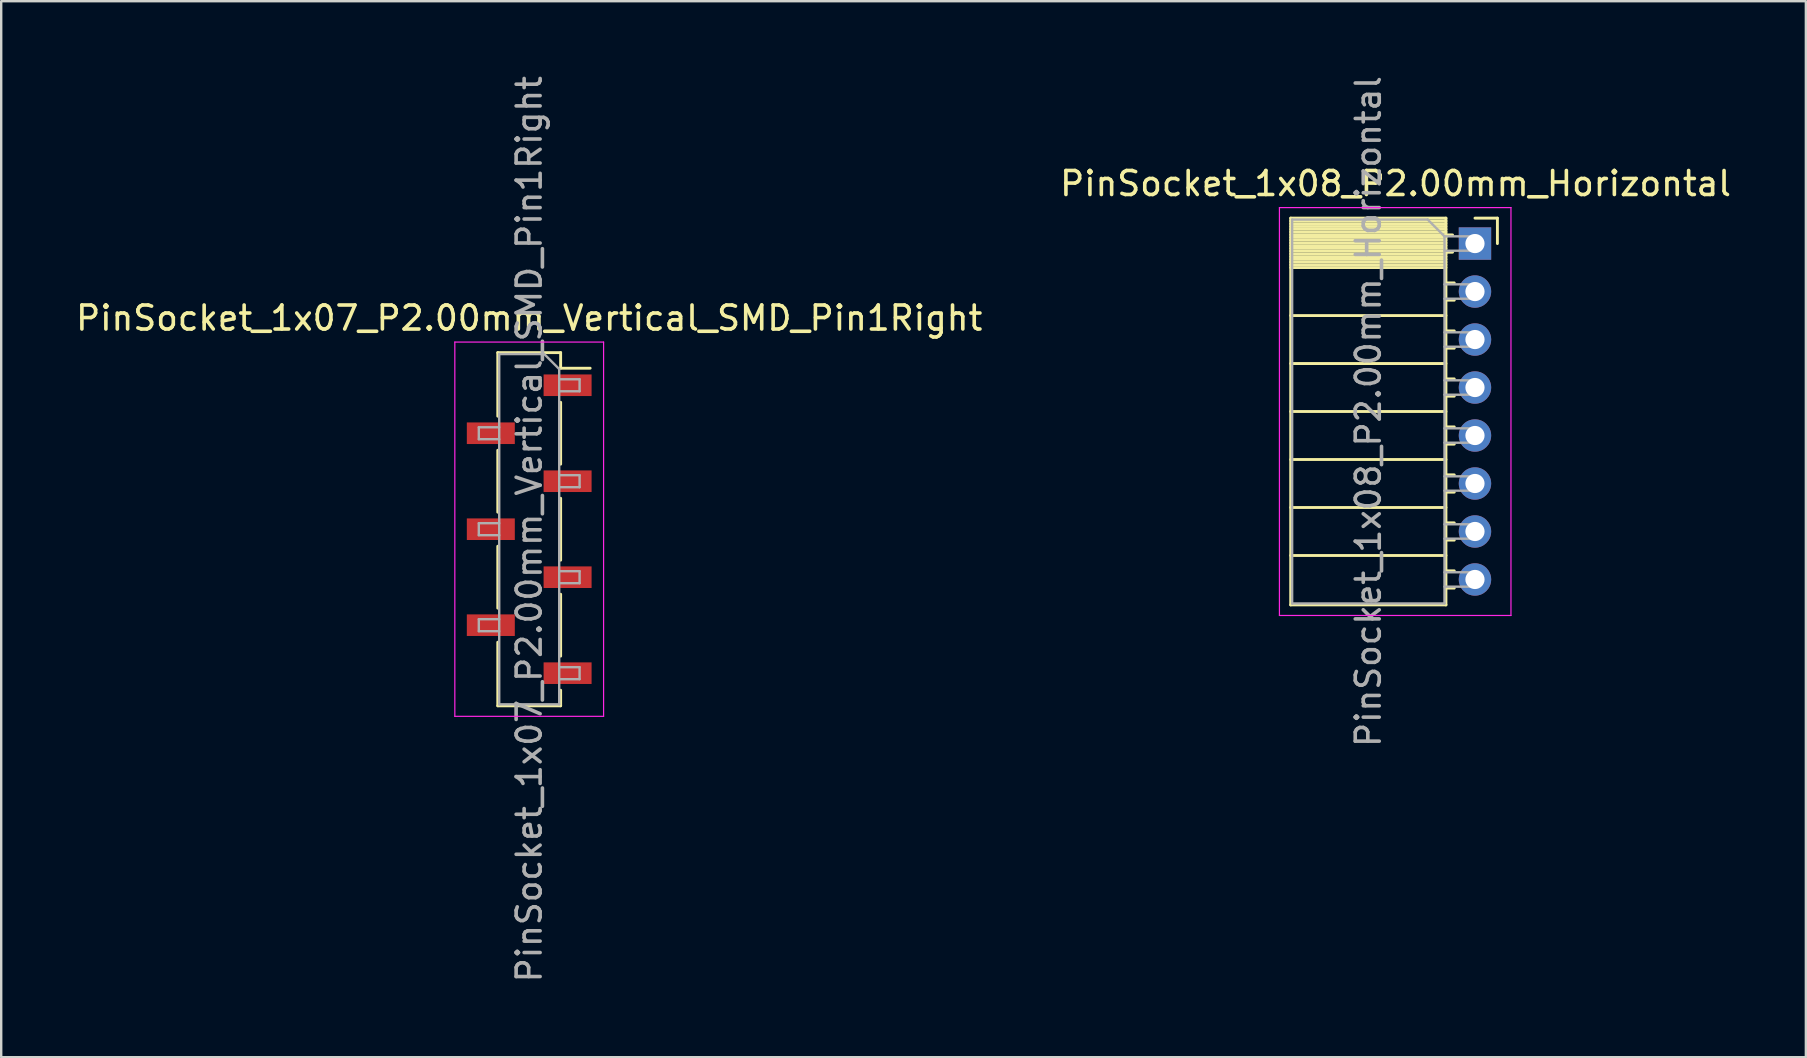
<source format=kicad_pcb>
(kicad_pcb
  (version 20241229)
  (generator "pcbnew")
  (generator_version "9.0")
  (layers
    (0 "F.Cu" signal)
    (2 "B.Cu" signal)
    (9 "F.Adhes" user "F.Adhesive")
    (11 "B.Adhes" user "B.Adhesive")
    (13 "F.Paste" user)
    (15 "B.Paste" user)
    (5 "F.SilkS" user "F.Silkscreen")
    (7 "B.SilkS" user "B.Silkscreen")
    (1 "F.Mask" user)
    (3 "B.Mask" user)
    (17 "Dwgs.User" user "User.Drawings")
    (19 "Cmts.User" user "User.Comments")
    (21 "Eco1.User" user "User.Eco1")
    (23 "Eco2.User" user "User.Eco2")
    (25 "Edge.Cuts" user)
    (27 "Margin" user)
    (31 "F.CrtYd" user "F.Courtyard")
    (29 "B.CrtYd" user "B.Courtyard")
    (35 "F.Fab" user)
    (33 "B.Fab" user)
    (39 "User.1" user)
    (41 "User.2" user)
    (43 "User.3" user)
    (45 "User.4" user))
  (footprint "PinSocket_1x08_P2.00mm_Horizontal"
    (layer "F.Cu")
    (at 58.423 7.101)
    (property "Reference" "PinSocket_1x08_P2.00mm_Horizontal" (at -3.31 -2.5 0) (layer "F.SilkS") (effects (font (size 1 1) (thickness 0.15))))
    (attr through_hole)
    (fp_line (start -7.68 -1.06) (end -7.68 15.06) (stroke (width 0.12) (type solid)) (layer "F.SilkS"))
    (fp_line (start -7.68 -1.06) (end -1.21 -1.06) (stroke (width 0.12) (type solid)) (layer "F.SilkS"))
    (fp_line (start -7.68 -0.94) (end -1.21 -0.94) (stroke (width 0.12) (type solid)) (layer "F.SilkS"))
    (fp_line (start -7.68 -0.826) (end -1.21 -0.826) (stroke (width 0.12) (type solid)) (layer "F.SilkS"))
    (fp_line (start -7.68 -0.712) (end -1.21 -0.712) (stroke (width 0.12) (type solid)) (layer "F.SilkS"))
    (fp_line (start -7.68 -0.598) (end -1.21 -0.598) (stroke (width 0.12) (type solid)) (layer "F.SilkS"))
    (fp_line (start -7.68 -0.484) (end -1.21 -0.484) (stroke (width 0.12) (type solid)) (layer "F.SilkS"))
    (fp_line (start -7.68 -0.369) (end -1.21 -0.369) (stroke (width 0.12) (type solid)) (layer "F.SilkS"))
    (fp_line (start -7.68 -0.255) (end -1.21 -0.255) (stroke (width 0.12) (type solid)) (layer "F.SilkS"))
    (fp_line (start -7.68 -0.141) (end -1.21 -0.141) (stroke (width 0.12) (type solid)) (layer "F.SilkS"))
    (fp_line (start -7.68 -0.027) (end -1.21 -0.027) (stroke (width 0.12) (type solid)) (layer "F.SilkS"))
    (fp_line (start -7.68 0.087) (end -1.21 0.087) (stroke (width 0.12) (type solid)) (layer "F.SilkS"))
    (fp_line (start -7.68 0.201) (end -1.21 0.201) (stroke (width 0.12) (type solid)) (layer "F.SilkS"))
    (fp_line (start -7.68 0.315) (end -1.21 0.315) (stroke (width 0.12) (type solid)) (layer "F.SilkS"))
    (fp_line (start -7.68 0.429) (end -1.21 0.429) (stroke (width 0.12) (type solid)) (layer "F.SilkS"))
    (fp_line (start -7.68 0.544) (end -1.21 0.544) (stroke (width 0.12) (type solid)) (layer "F.SilkS"))
    (fp_line (start -7.68 0.658) (end -1.21 0.658) (stroke (width 0.12) (type solid)) (layer "F.SilkS"))
    (fp_line (start -7.68 0.772) (end -1.21 0.772) (stroke (width 0.12) (type solid)) (layer "F.SilkS"))
    (fp_line (start -7.68 0.886) (end -1.21 0.886) (stroke (width 0.12) (type solid)) (layer "F.SilkS"))
    (fp_line (start -7.68 1) (end -1.21 1) (stroke (width 0.12) (type solid)) (layer "F.SilkS"))
    (fp_line (start -7.68 3) (end -1.21 3) (stroke (width 0.12) (type solid)) (layer "F.SilkS"))
    (fp_line (start -7.68 5) (end -1.21 5) (stroke (width 0.12) (type solid)) (layer "F.SilkS"))
    (fp_line (start -7.68 7) (end -1.21 7) (stroke (width 0.12) (type solid)) (layer "F.SilkS"))
    (fp_line (start -7.68 9) (end -1.21 9) (stroke (width 0.12) (type solid)) (layer "F.SilkS"))
    (fp_line (start -7.68 11) (end -1.21 11) (stroke (width 0.12) (type solid)) (layer "F.SilkS"))
    (fp_line (start -7.68 13) (end -1.21 13) (stroke (width 0.12) (type solid)) (layer "F.SilkS"))
    (fp_line (start -7.68 15.06) (end -1.21 15.06) (stroke (width 0.12) (type solid)) (layer "F.SilkS"))
    (fp_line (start -1.21 -1.06) (end -1.21 15.06) (stroke (width 0.12) (type solid)) (layer "F.SilkS"))
    (fp_line (start -1.21 -0.36) (end -0.935 -0.36) (stroke (width 0.12) (type solid)) (layer "F.SilkS"))
    (fp_line (start -1.21 0.36) (end -0.935 0.36) (stroke (width 0.12) (type solid)) (layer "F.SilkS"))
    (fp_line (start -1.21 1.64) (end -0.863 1.64) (stroke (width 0.12) (type solid)) (layer "F.SilkS"))
    (fp_line (start -1.21 2.36) (end -0.863 2.36) (stroke (width 0.12) (type solid)) (layer "F.SilkS"))
    (fp_line (start -1.21 3.64) (end -0.863 3.64) (stroke (width 0.12) (type solid)) (layer "F.SilkS"))
    (fp_line (start -1.21 4.36) (end -0.863 4.36) (stroke (width 0.12) (type solid)) (layer "F.SilkS"))
    (fp_line (start -1.21 5.64) (end -0.863 5.64) (stroke (width 0.12) (type solid)) (layer "F.SilkS"))
    (fp_line (start -1.21 6.36) (end -0.863 6.36) (stroke (width 0.12) (type solid)) (layer "F.SilkS"))
    (fp_line (start -1.21 7.64) (end -0.863 7.64) (stroke (width 0.12) (type solid)) (layer "F.SilkS"))
    (fp_line (start -1.21 8.36) (end -0.863 8.36) (stroke (width 0.12) (type solid)) (layer "F.SilkS"))
    (fp_line (start -1.21 9.64) (end -0.863 9.64) (stroke (width 0.12) (type solid)) (layer "F.SilkS"))
    (fp_line (start -1.21 10.36) (end -0.863 10.36) (stroke (width 0.12) (type solid)) (layer "F.SilkS"))
    (fp_line (start -1.21 11.64) (end -0.863 11.64) (stroke (width 0.12) (type solid)) (layer "F.SilkS"))
    (fp_line (start -1.21 12.36) (end -0.863 12.36) (stroke (width 0.12) (type solid)) (layer "F.SilkS"))
    (fp_line (start -1.21 13.64) (end -0.863 13.64) (stroke (width 0.12) (type solid)) (layer "F.SilkS"))
    (fp_line (start -1.21 14.36) (end -0.863 14.36) (stroke (width 0.12) (type solid)) (layer "F.SilkS"))
    (fp_line (start 0 -1.06) (end 0.935 -1.06) (stroke (width 0.12) (type solid)) (layer "F.SilkS"))
    (fp_line (start 0.935 -1.06) (end 0.935 0) (stroke (width 0.12) (type solid)) (layer "F.SilkS"))
    (fp_line (start -8.15 -1.5) (end -8.15 15.5) (stroke (width 0.05) (type solid)) (layer "F.CrtYd"))
    (fp_line (start -8.15 15.5) (end 1.5 15.5) (stroke (width 0.05) (type solid)) (layer "F.CrtYd"))
    (fp_line (start 1.5 -1.5) (end -8.15 -1.5) (stroke (width 0.05) (type solid)) (layer "F.CrtYd"))
    (fp_line (start 1.5 15.5) (end 1.5 -1.5) (stroke (width 0.05) (type solid)) (layer "F.CrtYd"))
    (fp_line (start -7.62 -1) (end -1.97 -1) (stroke (width 0.1) (type solid)) (layer "F.Fab"))
    (fp_line (start -7.62 15) (end -7.62 -1) (stroke (width 0.1) (type solid)) (layer "F.Fab"))
    (fp_line (start -1.97 -1) (end -1.27 -0.3) (stroke (width 0.1) (type solid)) (layer "F.Fab"))
    (fp_line (start -1.27 -0.3) (end -1.27 15) (stroke (width 0.1) (type solid)) (layer "F.Fab"))
    (fp_line (start -1.27 0.3) (end 0 0.3) (stroke (width 0.1) (type solid)) (layer "F.Fab"))
    (fp_line (start -1.27 2.3) (end 0 2.3) (stroke (width 0.1) (type solid)) (layer "F.Fab"))
    (fp_line (start -1.27 4.3) (end 0 4.3) (stroke (width 0.1) (type solid)) (layer "F.Fab"))
    (fp_line (start -1.27 6.3) (end 0 6.3) (stroke (width 0.1) (type solid)) (layer "F.Fab"))
    (fp_line (start -1.27 8.3) (end 0 8.3) (stroke (width 0.1) (type solid)) (layer "F.Fab"))
    (fp_line (start -1.27 10.3) (end 0 10.3) (stroke (width 0.1) (type solid)) (layer "F.Fab"))
    (fp_line (start -1.27 12.3) (end 0 12.3) (stroke (width 0.1) (type solid)) (layer "F.Fab"))
    (fp_line (start -1.27 14.3) (end 0 14.3) (stroke (width 0.1) (type solid)) (layer "F.Fab"))
    (fp_line (start -1.27 15) (end -7.62 15) (stroke (width 0.1) (type solid)) (layer "F.Fab"))
    (fp_line (start 0 -0.3) (end -1.27 -0.3) (stroke (width 0.1) (type solid)) (layer "F.Fab"))
    (fp_line (start 0 0.3) (end 0 -0.3) (stroke (width 0.1) (type solid)) (layer "F.Fab"))
    (fp_line (start 0 1.7) (end -1.27 1.7) (stroke (width 0.1) (type solid)) (layer "F.Fab"))
    (fp_line (start 0 2.3) (end 0 1.7) (stroke (width 0.1) (type solid)) (layer "F.Fab"))
    (fp_line (start 0 3.7) (end -1.27 3.7) (stroke (width 0.1) (type solid)) (layer "F.Fab"))
    (fp_line (start 0 4.3) (end 0 3.7) (stroke (width 0.1) (type solid)) (layer "F.Fab"))
    (fp_line (start 0 5.7) (end -1.27 5.7) (stroke (width 0.1) (type solid)) (layer "F.Fab"))
    (fp_line (start 0 6.3) (end 0 5.7) (stroke (width 0.1) (type solid)) (layer "F.Fab"))
    (fp_line (start 0 7.7) (end -1.27 7.7) (stroke (width 0.1) (type solid)) (layer "F.Fab"))
    (fp_line (start 0 8.3) (end 0 7.7) (stroke (width 0.1) (type solid)) (layer "F.Fab"))
    (fp_line (start 0 9.7) (end -1.27 9.7) (stroke (width 0.1) (type solid)) (layer "F.Fab"))
    (fp_line (start 0 10.3) (end 0 9.7) (stroke (width 0.1) (type solid)) (layer "F.Fab"))
    (fp_line (start 0 11.7) (end -1.27 11.7) (stroke (width 0.1) (type solid)) (layer "F.Fab"))
    (fp_line (start 0 12.3) (end 0 11.7) (stroke (width 0.1) (type solid)) (layer "F.Fab"))
    (fp_line (start 0 13.7) (end -1.27 13.7) (stroke (width 0.1) (type solid)) (layer "F.Fab"))
    (fp_line (start 0 14.3) (end 0 13.7) (stroke (width 0.1) (type solid)) (layer "F.Fab"))
    (fp_text user "${REFERENCE}" (at -4.445 7 90) (layer "F.Fab") (effects (font (size 1 1) (thickness 0.15))))
    (pad "1" thru_hole rect (at 0 0) (size 1.35 1.35) (drill 0.8) (layers "*.Cu" "*.Mask"))
    (pad "2" thru_hole circle (at 0 2) (size 1.35 1.35) (drill 0.8) (layers "*.Cu" "*.Mask"))
    (pad "3" thru_hole circle (at 0 4) (size 1.35 1.35) (drill 0.8) (layers "*.Cu" "*.Mask"))
    (pad "4" thru_hole circle (at 0 6) (size 1.35 1.35) (drill 0.8) (layers "*.Cu" "*.Mask"))
    (pad "5" thru_hole circle (at 0 8) (size 1.35 1.35) (drill 0.8) (layers "*.Cu" "*.Mask"))
    (pad "6" thru_hole circle (at 0 10) (size 1.35 1.35) (drill 0.8) (layers "*.Cu" "*.Mask"))
    (pad "7" thru_hole circle (at 0 12) (size 1.35 1.35) (drill 0.8) (layers "*.Cu" "*.Mask"))
    (pad "8" thru_hole circle (at 0 14) (size 1.35 1.35) (drill 0.8) (layers "*.Cu" "*.Mask")))
  (footprint "PinSocket_1x07_P2.00mm_Vertical_SMD_Pin1Right"
    (layer "F.Cu")
    (at 19.006 19.006)
    (property "Reference" "PinSocket_1x07_P2.00mm_Vertical_SMD_Pin1Right" (at 0 -8.8 0) (layer "F.SilkS") (effects (font (size 1 1) (thickness 0.15))))
    (attr smd)
    (fp_line (start -1.31 -7.36) (end -1.31 -4.71) (stroke (width 0.12) (type solid)) (layer "F.SilkS"))
    (fp_line (start -1.31 -7.36) (end 1.31 -7.36) (stroke (width 0.12) (type solid)) (layer "F.SilkS"))
    (fp_line (start -1.31 -3.29) (end -1.31 -0.71) (stroke (width 0.12) (type solid)) (layer "F.SilkS"))
    (fp_line (start -1.31 0.71) (end -1.31 3.29) (stroke (width 0.12) (type solid)) (layer "F.SilkS"))
    (fp_line (start -1.31 4.71) (end -1.31 7.36) (stroke (width 0.12) (type solid)) (layer "F.SilkS"))
    (fp_line (start -1.31 7.36) (end 1.31 7.36) (stroke (width 0.12) (type solid)) (layer "F.SilkS"))
    (fp_line (start 1.31 -7.36) (end 1.31 -6.71) (stroke (width 0.12) (type solid)) (layer "F.SilkS"))
    (fp_line (start 1.31 -6.71) (end 2.54 -6.71) (stroke (width 0.12) (type solid)) (layer "F.SilkS"))
    (fp_line (start 1.31 -5.29) (end 1.31 -2.71) (stroke (width 0.12) (type solid)) (layer "F.SilkS"))
    (fp_line (start 1.31 -1.29) (end 1.31 1.29) (stroke (width 0.12) (type solid)) (layer "F.SilkS"))
    (fp_line (start 1.31 2.71) (end 1.31 5.29) (stroke (width 0.12) (type solid)) (layer "F.SilkS"))
    (fp_line (start 1.31 6.71) (end 1.31 7.36) (stroke (width 0.12) (type solid)) (layer "F.SilkS"))
    (fp_line (start -3.1 -7.8) (end 3.1 -7.8) (stroke (width 0.05) (type solid)) (layer "F.CrtYd"))
    (fp_line (start -3.1 7.8) (end -3.1 -7.8) (stroke (width 0.05) (type solid)) (layer "F.CrtYd"))
    (fp_line (start 3.1 -7.8) (end 3.1 7.8) (stroke (width 0.05) (type solid)) (layer "F.CrtYd"))
    (fp_line (start 3.1 7.8) (end -3.1 7.8) (stroke (width 0.05) (type solid)) (layer "F.CrtYd"))
    (fp_line (start -2.1 -4.25) (end -1.25 -4.25) (stroke (width 0.1) (type solid)) (layer "F.Fab"))
    (fp_line (start -2.1 -3.75) (end -2.1 -4.25) (stroke (width 0.1) (type solid)) (layer "F.Fab"))
    (fp_line (start -2.1 -0.25) (end -1.25 -0.25) (stroke (width 0.1) (type solid)) (layer "F.Fab"))
    (fp_line (start -2.1 0.25) (end -2.1 -0.25) (stroke (width 0.1) (type solid)) (layer "F.Fab"))
    (fp_line (start -2.1 3.75) (end -1.25 3.75) (stroke (width 0.1) (type solid)) (layer "F.Fab"))
    (fp_line (start -2.1 4.25) (end -2.1 3.75) (stroke (width 0.1) (type solid)) (layer "F.Fab"))
    (fp_line (start -1.25 -7.3) (end 0.625 -7.3) (stroke (width 0.1) (type solid)) (layer "F.Fab"))
    (fp_line (start -1.25 -3.75) (end -2.1 -3.75) (stroke (width 0.1) (type solid)) (layer "F.Fab"))
    (fp_line (start -1.25 0.25) (end -2.1 0.25) (stroke (width 0.1) (type solid)) (layer "F.Fab"))
    (fp_line (start -1.25 4.25) (end -2.1 4.25) (stroke (width 0.1) (type solid)) (layer "F.Fab"))
    (fp_line (start -1.25 7.3) (end -1.25 -7.3) (stroke (width 0.1) (type solid)) (layer "F.Fab"))
    (fp_line (start 0.625 -7.3) (end 1.25 -6.675) (stroke (width 0.1) (type solid)) (layer "F.Fab"))
    (fp_line (start 1.25 -6.675) (end 1.25 7.3) (stroke (width 0.1) (type solid)) (layer "F.Fab"))
    (fp_line (start 1.25 -6.25) (end 2.1 -6.25) (stroke (width 0.1) (type solid)) (layer "F.Fab"))
    (fp_line (start 1.25 -2.25) (end 2.1 -2.25) (stroke (width 0.1) (type solid)) (layer "F.Fab"))
    (fp_line (start 1.25 1.75) (end 2.1 1.75) (stroke (width 0.1) (type solid)) (layer "F.Fab"))
    (fp_line (start 1.25 5.75) (end 2.1 5.75) (stroke (width 0.1) (type solid)) (layer "F.Fab"))
    (fp_line (start 1.25 7.3) (end -1.25 7.3) (stroke (width 0.1) (type solid)) (layer "F.Fab"))
    (fp_line (start 2.1 -6.25) (end 2.1 -5.75) (stroke (width 0.1) (type solid)) (layer "F.Fab"))
    (fp_line (start 2.1 -5.75) (end 1.25 -5.75) (stroke (width 0.1) (type solid)) (layer "F.Fab"))
    (fp_line (start 2.1 -2.25) (end 2.1 -1.75) (stroke (width 0.1) (type solid)) (layer "F.Fab"))
    (fp_line (start 2.1 -1.75) (end 1.25 -1.75) (stroke (width 0.1) (type solid)) (layer "F.Fab"))
    (fp_line (start 2.1 1.75) (end 2.1 2.25) (stroke (width 0.1) (type solid)) (layer "F.Fab"))
    (fp_line (start 2.1 2.25) (end 1.25 2.25) (stroke (width 0.1) (type solid)) (layer "F.Fab"))
    (fp_line (start 2.1 5.75) (end 2.1 6.25) (stroke (width 0.1) (type solid)) (layer "F.Fab"))
    (fp_line (start 2.1 6.25) (end 1.25 6.25) (stroke (width 0.1) (type solid)) (layer "F.Fab"))
    (fp_text user "${REFERENCE}" (at 0 0 90) (layer "F.Fab") (effects (font (size 1 1) (thickness 0.15))))
    (pad "1" smd rect (at 1.6 -6) (size 2 0.9) (layers "F.Cu" "F.Mask" "F.Paste"))
    (pad "2" smd rect (at -1.6 -4) (size 2 0.9) (layers "F.Cu" "F.Mask" "F.Paste"))
    (pad "3" smd rect (at 1.6 -2) (size 2 0.9) (layers "F.Cu" "F.Mask" "F.Paste"))
    (pad "4" smd rect (at -1.6 0) (size 2 0.9) (layers "F.Cu" "F.Mask" "F.Paste"))
    (pad "5" smd rect (at 1.6 2) (size 2 0.9) (layers "F.Cu" "F.Mask" "F.Paste"))
    (pad "6" smd rect (at -1.6 4) (size 2 0.9) (layers "F.Cu" "F.Mask" "F.Paste"))
    (pad "7" smd rect (at 1.6 6) (size 2 0.9) (layers "F.Cu" "F.Mask" "F.Paste")))
  (gr_rect
    (start -3 -3)
    (end 72.214 41.012)
    (stroke (width 0.1) (type default))
    (fill no)
    (layer "Edge.Cuts")))
</source>
